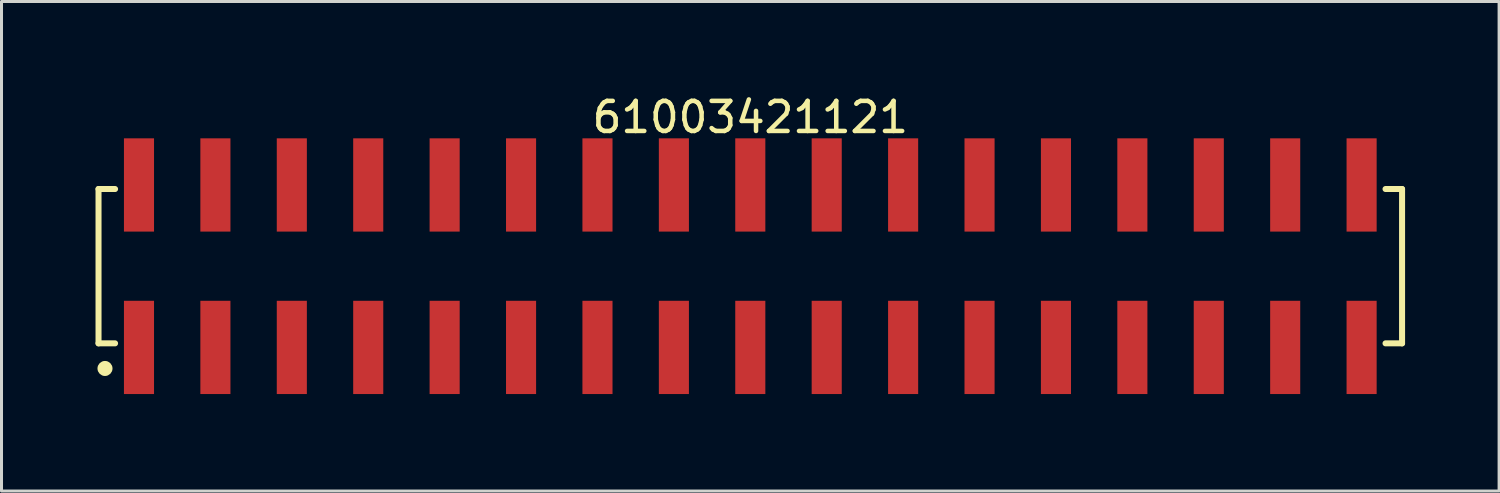
<source format=kicad_pcb>
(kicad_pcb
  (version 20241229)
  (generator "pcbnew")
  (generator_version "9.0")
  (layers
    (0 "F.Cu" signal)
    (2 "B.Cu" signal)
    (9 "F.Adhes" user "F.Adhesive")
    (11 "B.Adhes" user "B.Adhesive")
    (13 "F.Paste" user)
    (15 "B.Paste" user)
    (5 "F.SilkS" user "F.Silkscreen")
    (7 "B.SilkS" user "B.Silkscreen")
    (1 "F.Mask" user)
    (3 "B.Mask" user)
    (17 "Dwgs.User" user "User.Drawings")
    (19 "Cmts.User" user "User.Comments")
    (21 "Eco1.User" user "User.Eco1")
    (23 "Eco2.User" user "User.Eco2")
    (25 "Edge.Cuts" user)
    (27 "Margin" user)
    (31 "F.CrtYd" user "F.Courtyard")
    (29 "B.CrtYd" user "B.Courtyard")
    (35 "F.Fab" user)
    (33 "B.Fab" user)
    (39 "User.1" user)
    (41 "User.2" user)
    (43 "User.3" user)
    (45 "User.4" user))
  (footprint "61003421121"
    (layer "F.Cu")
    (at 21.89 5.798)
    (property "Reference" "61003421121" (at 0 -4.95 0) (layer "F.SilkS") (effects (font (size 1 1) (thickness 0.15))))
    (fp_line (start -21.665 -2.565) (end -21.115 -2.565) (stroke (width 0.2) (type solid)) (layer "F.SilkS"))
    (fp_line (start -21.665 2.565) (end -21.665 -2.565) (stroke (width 0.2) (type solid)) (layer "F.SilkS"))
    (fp_line (start -21.665 2.565) (end -21.115 2.565) (stroke (width 0.2) (type solid)) (layer "F.SilkS"))
    (fp_line (start 21.115 -2.565) (end 21.665 -2.565) (stroke (width 0.2) (type solid)) (layer "F.SilkS"))
    (fp_line (start 21.115 2.565) (end 21.665 2.565) (stroke (width 0.2) (type solid)) (layer "F.SilkS"))
    (fp_line (start 21.665 2.565) (end 21.665 -2.565) (stroke (width 0.2) (type solid)) (layer "F.SilkS"))
    (fp_circle (center -21.45 3.4) (end -21.45 3.275) (stroke (width 0.25) (type solid)) (fill no) (layer "F.SilkS"))
    (fp_line (start -21.865 -4.45) (end 21.865 -4.45) (stroke (width 0.05) (type solid)) (layer "Eco2.User"))
    (fp_line (start -21.865 4.45) (end -21.865 -4.45) (stroke (width 0.05) (type solid)) (layer "Eco2.User"))
    (fp_line (start -21.865 4.45) (end 21.865 4.45) (stroke (width 0.05) (type solid)) (layer "Eco2.User"))
    (fp_line (start -21.59 -2.54) (end 21.59 -2.54) (stroke (width 0.1) (type solid)) (layer "Eco2.User"))
    (fp_line (start -21.59 2.54) (end -21.59 -2.54) (stroke (width 0.1) (type solid)) (layer "Eco2.User"))
    (fp_line (start -21.59 2.54) (end 21.59 2.54) (stroke (width 0.1) (type solid)) (layer "Eco2.User"))
    (fp_line (start -20.64 -3.75) (end -20 -3.75) (stroke (width 0.1) (type solid)) (layer "Eco2.User"))
    (fp_line (start -20.64 -2.54) (end -20.64 -3.75) (stroke (width 0.1) (type solid)) (layer "Eco2.User"))
    (fp_line (start -20.64 3.75) (end -20.64 2.54) (stroke (width 0.1) (type solid)) (layer "Eco2.User"))
    (fp_line (start -20.64 3.75) (end -20 3.75) (stroke (width 0.1) (type solid)) (layer "Eco2.User"))
    (fp_line (start -20 -2.54) (end -20 -3.75) (stroke (width 0.1) (type solid)) (layer "Eco2.User"))
    (fp_line (start -20 3.75) (end -20 2.54) (stroke (width 0.1) (type solid)) (layer "Eco2.User"))
    (fp_line (start -18.1 -3.75) (end -17.46 -3.75) (stroke (width 0.1) (type solid)) (layer "Eco2.User"))
    (fp_line (start -18.1 -2.54) (end -18.1 -3.75) (stroke (width 0.1) (type solid)) (layer "Eco2.User"))
    (fp_line (start -18.1 3.75) (end -18.1 2.54) (stroke (width 0.1) (type solid)) (layer "Eco2.User"))
    (fp_line (start -18.1 3.75) (end -17.46 3.75) (stroke (width 0.1) (type solid)) (layer "Eco2.User"))
    (fp_line (start -17.46 -2.54) (end -17.46 -3.75) (stroke (width 0.1) (type solid)) (layer "Eco2.User"))
    (fp_line (start -17.46 3.75) (end -17.46 2.54) (stroke (width 0.1) (type solid)) (layer "Eco2.User"))
    (fp_line (start -15.56 -3.75) (end -14.92 -3.75) (stroke (width 0.1) (type solid)) (layer "Eco2.User"))
    (fp_line (start -15.56 -2.54) (end -15.56 -3.75) (stroke (width 0.1) (type solid)) (layer "Eco2.User"))
    (fp_line (start -15.56 3.75) (end -15.56 2.54) (stroke (width 0.1) (type solid)) (layer "Eco2.User"))
    (fp_line (start -15.56 3.75) (end -14.92 3.75) (stroke (width 0.1) (type solid)) (layer "Eco2.User"))
    (fp_line (start -14.92 -2.54) (end -14.92 -3.75) (stroke (width 0.1) (type solid)) (layer "Eco2.User"))
    (fp_line (start -14.92 3.75) (end -14.92 2.54) (stroke (width 0.1) (type solid)) (layer "Eco2.User"))
    (fp_line (start -13.02 -3.75) (end -12.38 -3.75) (stroke (width 0.1) (type solid)) (layer "Eco2.User"))
    (fp_line (start -13.02 -2.54) (end -13.02 -3.75) (stroke (width 0.1) (type solid)) (layer "Eco2.User"))
    (fp_line (start -13.02 3.75) (end -13.02 2.54) (stroke (width 0.1) (type solid)) (layer "Eco2.User"))
    (fp_line (start -13.02 3.75) (end -12.38 3.75) (stroke (width 0.1) (type solid)) (layer "Eco2.User"))
    (fp_line (start -12.38 -2.54) (end -12.38 -3.75) (stroke (width 0.1) (type solid)) (layer "Eco2.User"))
    (fp_line (start -12.38 3.75) (end -12.38 2.54) (stroke (width 0.1) (type solid)) (layer "Eco2.User"))
    (fp_line (start -10.48 -3.75) (end -9.84 -3.75) (stroke (width 0.1) (type solid)) (layer "Eco2.User"))
    (fp_line (start -10.48 -2.54) (end -10.48 -3.75) (stroke (width 0.1) (type solid)) (layer "Eco2.User"))
    (fp_line (start -10.48 3.75) (end -10.48 2.54) (stroke (width 0.1) (type solid)) (layer "Eco2.User"))
    (fp_line (start -10.48 3.75) (end -9.84 3.75) (stroke (width 0.1) (type solid)) (layer "Eco2.User"))
    (fp_line (start -9.84 -2.54) (end -9.84 -3.75) (stroke (width 0.1) (type solid)) (layer "Eco2.User"))
    (fp_line (start -9.84 3.75) (end -9.84 2.54) (stroke (width 0.1) (type solid)) (layer "Eco2.User"))
    (fp_line (start -7.94 -3.75) (end -7.3 -3.75) (stroke (width 0.1) (type solid)) (layer "Eco2.User"))
    (fp_line (start -7.94 -2.54) (end -7.94 -3.75) (stroke (width 0.1) (type solid)) (layer "Eco2.User"))
    (fp_line (start -7.94 3.75) (end -7.94 2.54) (stroke (width 0.1) (type solid)) (layer "Eco2.User"))
    (fp_line (start -7.94 3.75) (end -7.3 3.75) (stroke (width 0.1) (type solid)) (layer "Eco2.User"))
    (fp_line (start -7.3 -2.54) (end -7.3 -3.75) (stroke (width 0.1) (type solid)) (layer "Eco2.User"))
    (fp_line (start -7.3 3.75) (end -7.3 2.54) (stroke (width 0.1) (type solid)) (layer "Eco2.User"))
    (fp_line (start -5.4 -3.75) (end -4.76 -3.75) (stroke (width 0.1) (type solid)) (layer "Eco2.User"))
    (fp_line (start -5.4 -2.54) (end -5.4 -3.75) (stroke (width 0.1) (type solid)) (layer "Eco2.User"))
    (fp_line (start -5.4 3.75) (end -5.4 2.54) (stroke (width 0.1) (type solid)) (layer "Eco2.User"))
    (fp_line (start -5.4 3.75) (end -4.76 3.75) (stroke (width 0.1) (type solid)) (layer "Eco2.User"))
    (fp_line (start -4.76 -2.54) (end -4.76 -3.75) (stroke (width 0.1) (type solid)) (layer "Eco2.User"))
    (fp_line (start -4.76 3.75) (end -4.76 2.54) (stroke (width 0.1) (type solid)) (layer "Eco2.User"))
    (fp_line (start -2.86 -3.75) (end -2.22 -3.75) (stroke (width 0.1) (type solid)) (layer "Eco2.User"))
    (fp_line (start -2.86 -2.54) (end -2.86 -3.75) (stroke (width 0.1) (type solid)) (layer "Eco2.User"))
    (fp_line (start -2.86 3.75) (end -2.86 2.54) (stroke (width 0.1) (type solid)) (layer "Eco2.User"))
    (fp_line (start -2.86 3.75) (end -2.22 3.75) (stroke (width 0.1) (type solid)) (layer "Eco2.User"))
    (fp_line (start -2.22 -2.54) (end -2.22 -3.75) (stroke (width 0.1) (type solid)) (layer "Eco2.User"))
    (fp_line (start -2.22 3.75) (end -2.22 2.54) (stroke (width 0.1) (type solid)) (layer "Eco2.User"))
    (fp_line (start -0.5 0) (end 0.5 0) (stroke (width 0.05) (type solid)) (layer "Eco2.User"))
    (fp_line (start -0.32 -3.75) (end 0.32 -3.75) (stroke (width 0.1) (type solid)) (layer "Eco2.User"))
    (fp_line (start -0.32 -2.54) (end -0.32 -3.75) (stroke (width 0.1) (type solid)) (layer "Eco2.User"))
    (fp_line (start -0.32 3.75) (end -0.32 2.54) (stroke (width 0.1) (type solid)) (layer "Eco2.User"))
    (fp_line (start -0.32 3.75) (end 0.32 3.75) (stroke (width 0.1) (type solid)) (layer "Eco2.User"))
    (fp_line (start 0 0.5) (end 0 -0.5) (stroke (width 0.05) (type solid)) (layer "Eco2.User"))
    (fp_line (start 0.32 -2.54) (end 0.32 -3.75) (stroke (width 0.1) (type solid)) (layer "Eco2.User"))
    (fp_line (start 0.32 3.75) (end 0.32 2.54) (stroke (width 0.1) (type solid)) (layer "Eco2.User"))
    (fp_line (start 2.22 -3.75) (end 2.86 -3.75) (stroke (width 0.1) (type solid)) (layer "Eco2.User"))
    (fp_line (start 2.22 -2.54) (end 2.22 -3.75) (stroke (width 0.1) (type solid)) (layer "Eco2.User"))
    (fp_line (start 2.22 3.75) (end 2.22 2.54) (stroke (width 0.1) (type solid)) (layer "Eco2.User"))
    (fp_line (start 2.22 3.75) (end 2.86 3.75) (stroke (width 0.1) (type solid)) (layer "Eco2.User"))
    (fp_line (start 2.86 -2.54) (end 2.86 -3.75) (stroke (width 0.1) (type solid)) (layer "Eco2.User"))
    (fp_line (start 2.86 3.75) (end 2.86 2.54) (stroke (width 0.1) (type solid)) (layer "Eco2.User"))
    (fp_line (start 4.76 -3.75) (end 5.4 -3.75) (stroke (width 0.1) (type solid)) (layer "Eco2.User"))
    (fp_line (start 4.76 -2.54) (end 4.76 -3.75) (stroke (width 0.1) (type solid)) (layer "Eco2.User"))
    (fp_line (start 4.76 3.75) (end 4.76 2.54) (stroke (width 0.1) (type solid)) (layer "Eco2.User"))
    (fp_line (start 4.76 3.75) (end 5.4 3.75) (stroke (width 0.1) (type solid)) (layer "Eco2.User"))
    (fp_line (start 5.4 -2.54) (end 5.4 -3.75) (stroke (width 0.1) (type solid)) (layer "Eco2.User"))
    (fp_line (start 5.4 3.75) (end 5.4 2.54) (stroke (width 0.1) (type solid)) (layer "Eco2.User"))
    (fp_line (start 7.3 -3.75) (end 7.94 -3.75) (stroke (width 0.1) (type solid)) (layer "Eco2.User"))
    (fp_line (start 7.3 -2.54) (end 7.3 -3.75) (stroke (width 0.1) (type solid)) (layer "Eco2.User"))
    (fp_line (start 7.3 3.75) (end 7.3 2.54) (stroke (width 0.1) (type solid)) (layer "Eco2.User"))
    (fp_line (start 7.3 3.75) (end 7.94 3.75) (stroke (width 0.1) (type solid)) (layer "Eco2.User"))
    (fp_line (start 7.94 -2.54) (end 7.94 -3.75) (stroke (width 0.1) (type solid)) (layer "Eco2.User"))
    (fp_line (start 7.94 3.75) (end 7.94 2.54) (stroke (width 0.1) (type solid)) (layer "Eco2.User"))
    (fp_line (start 9.84 -3.75) (end 10.48 -3.75) (stroke (width 0.1) (type solid)) (layer "Eco2.User"))
    (fp_line (start 9.84 -2.54) (end 9.84 -3.75) (stroke (width 0.1) (type solid)) (layer "Eco2.User"))
    (fp_line (start 9.84 3.75) (end 9.84 2.54) (stroke (width 0.1) (type solid)) (layer "Eco2.User"))
    (fp_line (start 9.84 3.75) (end 10.48 3.75) (stroke (width 0.1) (type solid)) (layer "Eco2.User"))
    (fp_line (start 10.48 -2.54) (end 10.48 -3.75) (stroke (width 0.1) (type solid)) (layer "Eco2.User"))
    (fp_line (start 10.48 3.75) (end 10.48 2.54) (stroke (width 0.1) (type solid)) (layer "Eco2.User"))
    (fp_line (start 12.38 -3.75) (end 13.02 -3.75) (stroke (width 0.1) (type solid)) (layer "Eco2.User"))
    (fp_line (start 12.38 -2.54) (end 12.38 -3.75) (stroke (width 0.1) (type solid)) (layer "Eco2.User"))
    (fp_line (start 12.38 3.75) (end 12.38 2.54) (stroke (width 0.1) (type solid)) (layer "Eco2.User"))
    (fp_line (start 12.38 3.75) (end 13.02 3.75) (stroke (width 0.1) (type solid)) (layer "Eco2.User"))
    (fp_line (start 13.02 -2.54) (end 13.02 -3.75) (stroke (width 0.1) (type solid)) (layer "Eco2.User"))
    (fp_line (start 13.02 3.75) (end 13.02 2.54) (stroke (width 0.1) (type solid)) (layer "Eco2.User"))
    (fp_line (start 14.92 -3.75) (end 15.56 -3.75) (stroke (width 0.1) (type solid)) (layer "Eco2.User"))
    (fp_line (start 14.92 -2.54) (end 14.92 -3.75) (stroke (width 0.1) (type solid)) (layer "Eco2.User"))
    (fp_line (start 14.92 3.75) (end 14.92 2.54) (stroke (width 0.1) (type solid)) (layer "Eco2.User"))
    (fp_line (start 14.92 3.75) (end 15.56 3.75) (stroke (width 0.1) (type solid)) (layer "Eco2.User"))
    (fp_line (start 15.56 -2.54) (end 15.56 -3.75) (stroke (width 0.1) (type solid)) (layer "Eco2.User"))
    (fp_line (start 15.56 3.75) (end 15.56 2.54) (stroke (width 0.1) (type solid)) (layer "Eco2.User"))
    (fp_line (start 17.46 -3.75) (end 18.1 -3.75) (stroke (width 0.1) (type solid)) (layer "Eco2.User"))
    (fp_line (start 17.46 -2.54) (end 17.46 -3.75) (stroke (width 0.1) (type solid)) (layer "Eco2.User"))
    (fp_line (start 17.46 3.75) (end 17.46 2.54) (stroke (width 0.1) (type solid)) (layer "Eco2.User"))
    (fp_line (start 17.46 3.75) (end 18.1 3.75) (stroke (width 0.1) (type solid)) (layer "Eco2.User"))
    (fp_line (start 18.1 -2.54) (end 18.1 -3.75) (stroke (width 0.1) (type solid)) (layer "Eco2.User"))
    (fp_line (start 18.1 3.75) (end 18.1 2.54) (stroke (width 0.1) (type solid)) (layer "Eco2.User"))
    (fp_line (start 20 -3.75) (end 20.64 -3.75) (stroke (width 0.1) (type solid)) (layer "Eco2.User"))
    (fp_line (start 20 -2.54) (end 20 -3.75) (stroke (width 0.1) (type solid)) (layer "Eco2.User"))
    (fp_line (start 20 3.75) (end 20 2.54) (stroke (width 0.1) (type solid)) (layer "Eco2.User"))
    (fp_line (start 20 3.75) (end 20.64 3.75) (stroke (width 0.1) (type solid)) (layer "Eco2.User"))
    (fp_line (start 20.64 -2.54) (end 20.64 -3.75) (stroke (width 0.1) (type solid)) (layer "Eco2.User"))
    (fp_line (start 20.64 3.75) (end 20.64 2.54) (stroke (width 0.1) (type solid)) (layer "Eco2.User"))
    (fp_line (start 21.59 2.54) (end 21.59 -2.54) (stroke (width 0.1) (type solid)) (layer "Eco2.User"))
    (fp_line (start 21.865 4.45) (end 21.865 -4.45) (stroke (width 0.05) (type solid)) (layer "Eco2.User"))
    (fp_text user "${REFERENCE}" (at 0.15 -0.197 0) (unlocked yes) (layer "User.3") (effects (font (size 1.5 1.5) (thickness 0.15))))
    (pad "1" smd rect (at -20.32 2.7) (size 1 3.1) (layers "F.Cu" "F.Mask" "F.Paste"))
    (pad "2" smd rect (at -20.32 -2.7) (size 1 3.1) (layers "F.Cu" "F.Mask" "F.Paste"))
    (pad "3" smd rect (at -17.78 2.7) (size 1 3.1) (layers "F.Cu" "F.Mask" "F.Paste"))
    (pad "4" smd rect (at -17.78 -2.7) (size 1 3.1) (layers "F.Cu" "F.Mask" "F.Paste"))
    (pad "5" smd rect (at -15.24 2.7) (size 1 3.1) (layers "F.Cu" "F.Mask" "F.Paste"))
    (pad "6" smd rect (at -15.24 -2.7) (size 1 3.1) (layers "F.Cu" "F.Mask" "F.Paste"))
    (pad "7" smd rect (at -12.7 2.7) (size 1 3.1) (layers "F.Cu" "F.Mask" "F.Paste"))
    (pad "8" smd rect (at -12.7 -2.7) (size 1 3.1) (layers "F.Cu" "F.Mask" "F.Paste"))
    (pad "9" smd rect (at -10.16 2.7) (size 1 3.1) (layers "F.Cu" "F.Mask" "F.Paste"))
    (pad "10" smd rect (at -10.16 -2.7) (size 1 3.1) (layers "F.Cu" "F.Mask" "F.Paste"))
    (pad "11" smd rect (at -7.62 2.7) (size 1 3.1) (layers "F.Cu" "F.Mask" "F.Paste"))
    (pad "12" smd rect (at -7.62 -2.7) (size 1 3.1) (layers "F.Cu" "F.Mask" "F.Paste"))
    (pad "13" smd rect (at -5.08 2.7) (size 1 3.1) (layers "F.Cu" "F.Mask" "F.Paste"))
    (pad "14" smd rect (at -5.08 -2.7) (size 1 3.1) (layers "F.Cu" "F.Mask" "F.Paste"))
    (pad "15" smd rect (at -2.54 2.7) (size 1 3.1) (layers "F.Cu" "F.Mask" "F.Paste"))
    (pad "16" smd rect (at -2.54 -2.7) (size 1 3.1) (layers "F.Cu" "F.Mask" "F.Paste"))
    (pad "17" smd rect (at 0 2.7) (size 1 3.1) (layers "F.Cu" "F.Mask" "F.Paste"))
    (pad "18" smd rect (at 0 -2.7) (size 1 3.1) (layers "F.Cu" "F.Mask" "F.Paste"))
    (pad "19" smd rect (at 2.54 2.7) (size 1 3.1) (layers "F.Cu" "F.Mask" "F.Paste"))
    (pad "20" smd rect (at 2.54 -2.7) (size 1 3.1) (layers "F.Cu" "F.Mask" "F.Paste"))
    (pad "21" smd rect (at 5.08 2.7) (size 1 3.1) (layers "F.Cu" "F.Mask" "F.Paste"))
    (pad "22" smd rect (at 5.08 -2.7) (size 1 3.1) (layers "F.Cu" "F.Mask" "F.Paste"))
    (pad "23" smd rect (at 7.62 2.7) (size 1 3.1) (layers "F.Cu" "F.Mask" "F.Paste"))
    (pad "24" smd rect (at 7.62 -2.7) (size 1 3.1) (layers "F.Cu" "F.Mask" "F.Paste"))
    (pad "25" smd rect (at 10.16 2.7) (size 1 3.1) (layers "F.Cu" "F.Mask" "F.Paste"))
    (pad "26" smd rect (at 10.16 -2.7) (size 1 3.1) (layers "F.Cu" "F.Mask" "F.Paste"))
    (pad "27" smd rect (at 12.7 2.7) (size 1 3.1) (layers "F.Cu" "F.Mask" "F.Paste"))
    (pad "28" smd rect (at 12.7 -2.7) (size 1 3.1) (layers "F.Cu" "F.Mask" "F.Paste"))
    (pad "29" smd rect (at 15.24 2.7) (size 1 3.1) (layers "F.Cu" "F.Mask" "F.Paste"))
    (pad "30" smd rect (at 15.24 -2.7) (size 1 3.1) (layers "F.Cu" "F.Mask" "F.Paste"))
    (pad "31" smd rect (at 17.78 2.7) (size 1 3.1) (layers "F.Cu" "F.Mask" "F.Paste"))
    (pad "32" smd rect (at 17.78 -2.7) (size 1 3.1) (layers "F.Cu" "F.Mask" "F.Paste"))
    (pad "33" smd rect (at 20.32 2.7) (size 1 3.1) (layers "F.Cu" "F.Mask" "F.Paste"))
    (pad "34" smd rect (at 20.32 -2.7) (size 1 3.1) (layers "F.Cu" "F.Mask" "F.Paste")))
  (gr_rect
    (start -3 -3)
    (end 46.78 13.273)
    (stroke (width 0.1) (type default))
    (fill no)
    (layer "Edge.Cuts")))
</source>
